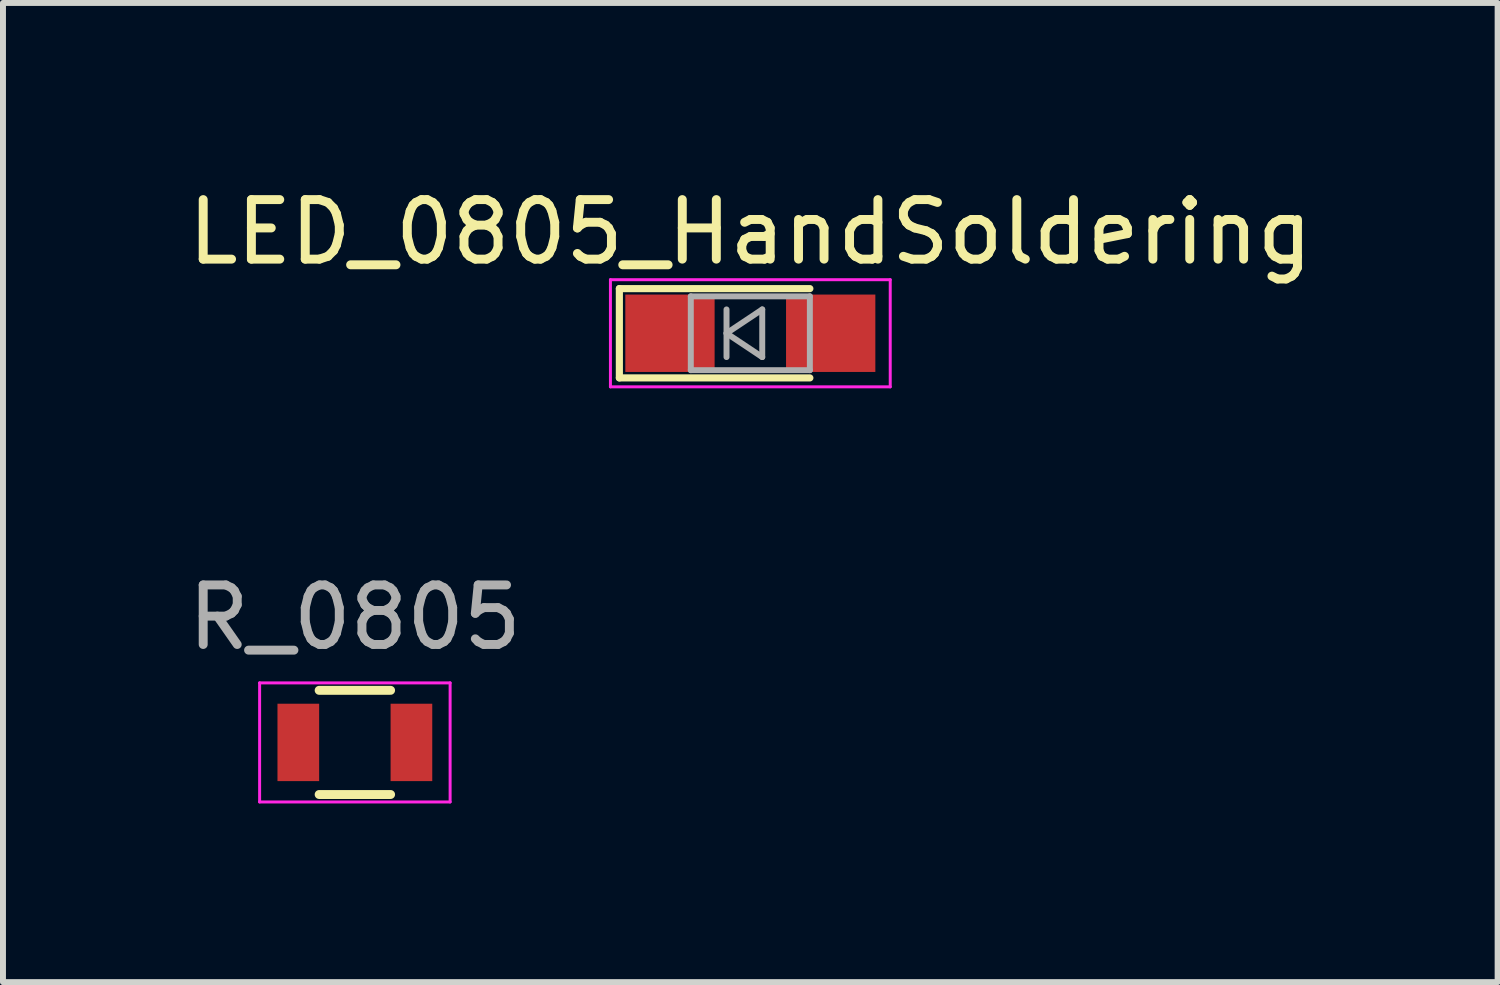
<source format=kicad_pcb>
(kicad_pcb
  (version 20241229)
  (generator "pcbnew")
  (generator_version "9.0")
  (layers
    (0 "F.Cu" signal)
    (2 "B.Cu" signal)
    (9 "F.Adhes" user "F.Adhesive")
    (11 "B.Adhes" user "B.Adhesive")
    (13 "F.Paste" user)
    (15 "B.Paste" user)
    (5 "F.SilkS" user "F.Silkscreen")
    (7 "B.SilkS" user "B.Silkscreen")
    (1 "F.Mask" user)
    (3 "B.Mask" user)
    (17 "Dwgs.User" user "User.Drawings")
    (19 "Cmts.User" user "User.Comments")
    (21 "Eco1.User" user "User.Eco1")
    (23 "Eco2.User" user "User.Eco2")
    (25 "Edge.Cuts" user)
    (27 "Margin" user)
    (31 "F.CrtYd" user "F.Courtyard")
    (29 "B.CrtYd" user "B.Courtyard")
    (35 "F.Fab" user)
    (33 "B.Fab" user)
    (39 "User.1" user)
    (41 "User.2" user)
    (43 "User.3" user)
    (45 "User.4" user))
  (footprint "LED_0805_HandSoldering"
    (layer "F.Cu")
    (at 9.554 2.548)
    (property "Reference" "LED_0805_HandSoldering" (at 0 -1.7 0) (layer "F.SilkS") (effects (font (size 1 1) (thickness 0.15))))
    (attr smd)
    (fp_line (start -2.2 -0.75) (end -2.2 0.75) (stroke (width 0.12) (type solid)) (layer "F.SilkS"))
    (fp_line (start -2.2 -0.75) (end 1 -0.75) (stroke (width 0.12) (type solid)) (layer "F.SilkS"))
    (fp_line (start 1 0.75) (end -2.2 0.75) (stroke (width 0.12) (type solid)) (layer "F.SilkS"))
    (fp_line (start -2.35 -0.9) (end -2.35 0.9) (stroke (width 0.05) (type solid)) (layer "F.CrtYd"))
    (fp_line (start -2.35 -0.9) (end 2.35 -0.9) (stroke (width 0.05) (type solid)) (layer "F.CrtYd"))
    (fp_line (start 2.35 0.9) (end -2.35 0.9) (stroke (width 0.05) (type solid)) (layer "F.CrtYd"))
    (fp_line (start 2.35 0.9) (end 2.35 -0.9) (stroke (width 0.05) (type solid)) (layer "F.CrtYd"))
    (fp_line (start -1 -0.62) (end 1 -0.62) (stroke (width 0.1) (type solid)) (layer "F.Fab"))
    (fp_line (start -1 0.62) (end -1 -0.62) (stroke (width 0.1) (type solid)) (layer "F.Fab"))
    (fp_line (start -0.4 -0.4) (end -0.4 0.4) (stroke (width 0.1) (type solid)) (layer "F.Fab"))
    (fp_line (start -0.4 0) (end 0.2 -0.4) (stroke (width 0.1) (type solid)) (layer "F.Fab"))
    (fp_line (start 0.2 -0.4) (end 0.2 0.4) (stroke (width 0.1) (type solid)) (layer "F.Fab"))
    (fp_line (start 0.2 0.4) (end -0.4 0) (stroke (width 0.1) (type solid)) (layer "F.Fab"))
    (fp_line (start 1 -0.62) (end 1 0.62) (stroke (width 0.1) (type solid)) (layer "F.Fab"))
    (fp_line (start 1 0.62) (end -1 0.62) (stroke (width 0.1) (type solid)) (layer "F.Fab"))
    (pad "1" smd rect (at -1.35 0) (size 1.5 1.3) (layers "F.Cu" "F.Mask" "F.Paste"))
    (pad "2" smd rect (at 1.35 0) (size 1.5 1.3) (layers "F.Cu" "F.Mask" "F.Paste")))
  (footprint "R_0805"
    (layer "F.Cu")
    (at 2.911 9.421)
    (property "Reference" "R_0805" (at 0 -2.1 0) (layer "F.Fab") (effects (font (size 1 1) (thickness 0.15))))
    (attr smd)
    (fp_line (start -0.6 -0.875) (end 0.6 -0.875) (stroke (width 0.15) (type solid)) (layer "F.SilkS"))
    (fp_line (start 0.6 0.875) (end -0.6 0.875) (stroke (width 0.15) (type solid)) (layer "F.SilkS"))
    (fp_line (start -1.6 -1) (end -1.6 1) (stroke (width 0.05) (type solid)) (layer "F.CrtYd"))
    (fp_line (start -1.6 -1) (end 1.6 -1) (stroke (width 0.05) (type solid)) (layer "F.CrtYd"))
    (fp_line (start -1.6 1) (end 1.6 1) (stroke (width 0.05) (type solid)) (layer "F.CrtYd"))
    (fp_line (start 1.6 -1) (end 1.6 1) (stroke (width 0.05) (type solid)) (layer "F.CrtYd"))
    (pad "1" smd rect (at -0.95 0) (size 0.7 1.3) (layers "F.Cu" "F.Mask" "F.Paste"))
    (pad "2" smd rect (at 0.95 0) (size 0.7 1.3) (layers "F.Cu" "F.Mask" "F.Paste")))
  (gr_rect
    (start -3 -3)
    (end 22.107 13.447)
    (stroke (width 0.1) (type default))
    (fill no)
    (layer "Edge.Cuts")))
</source>
